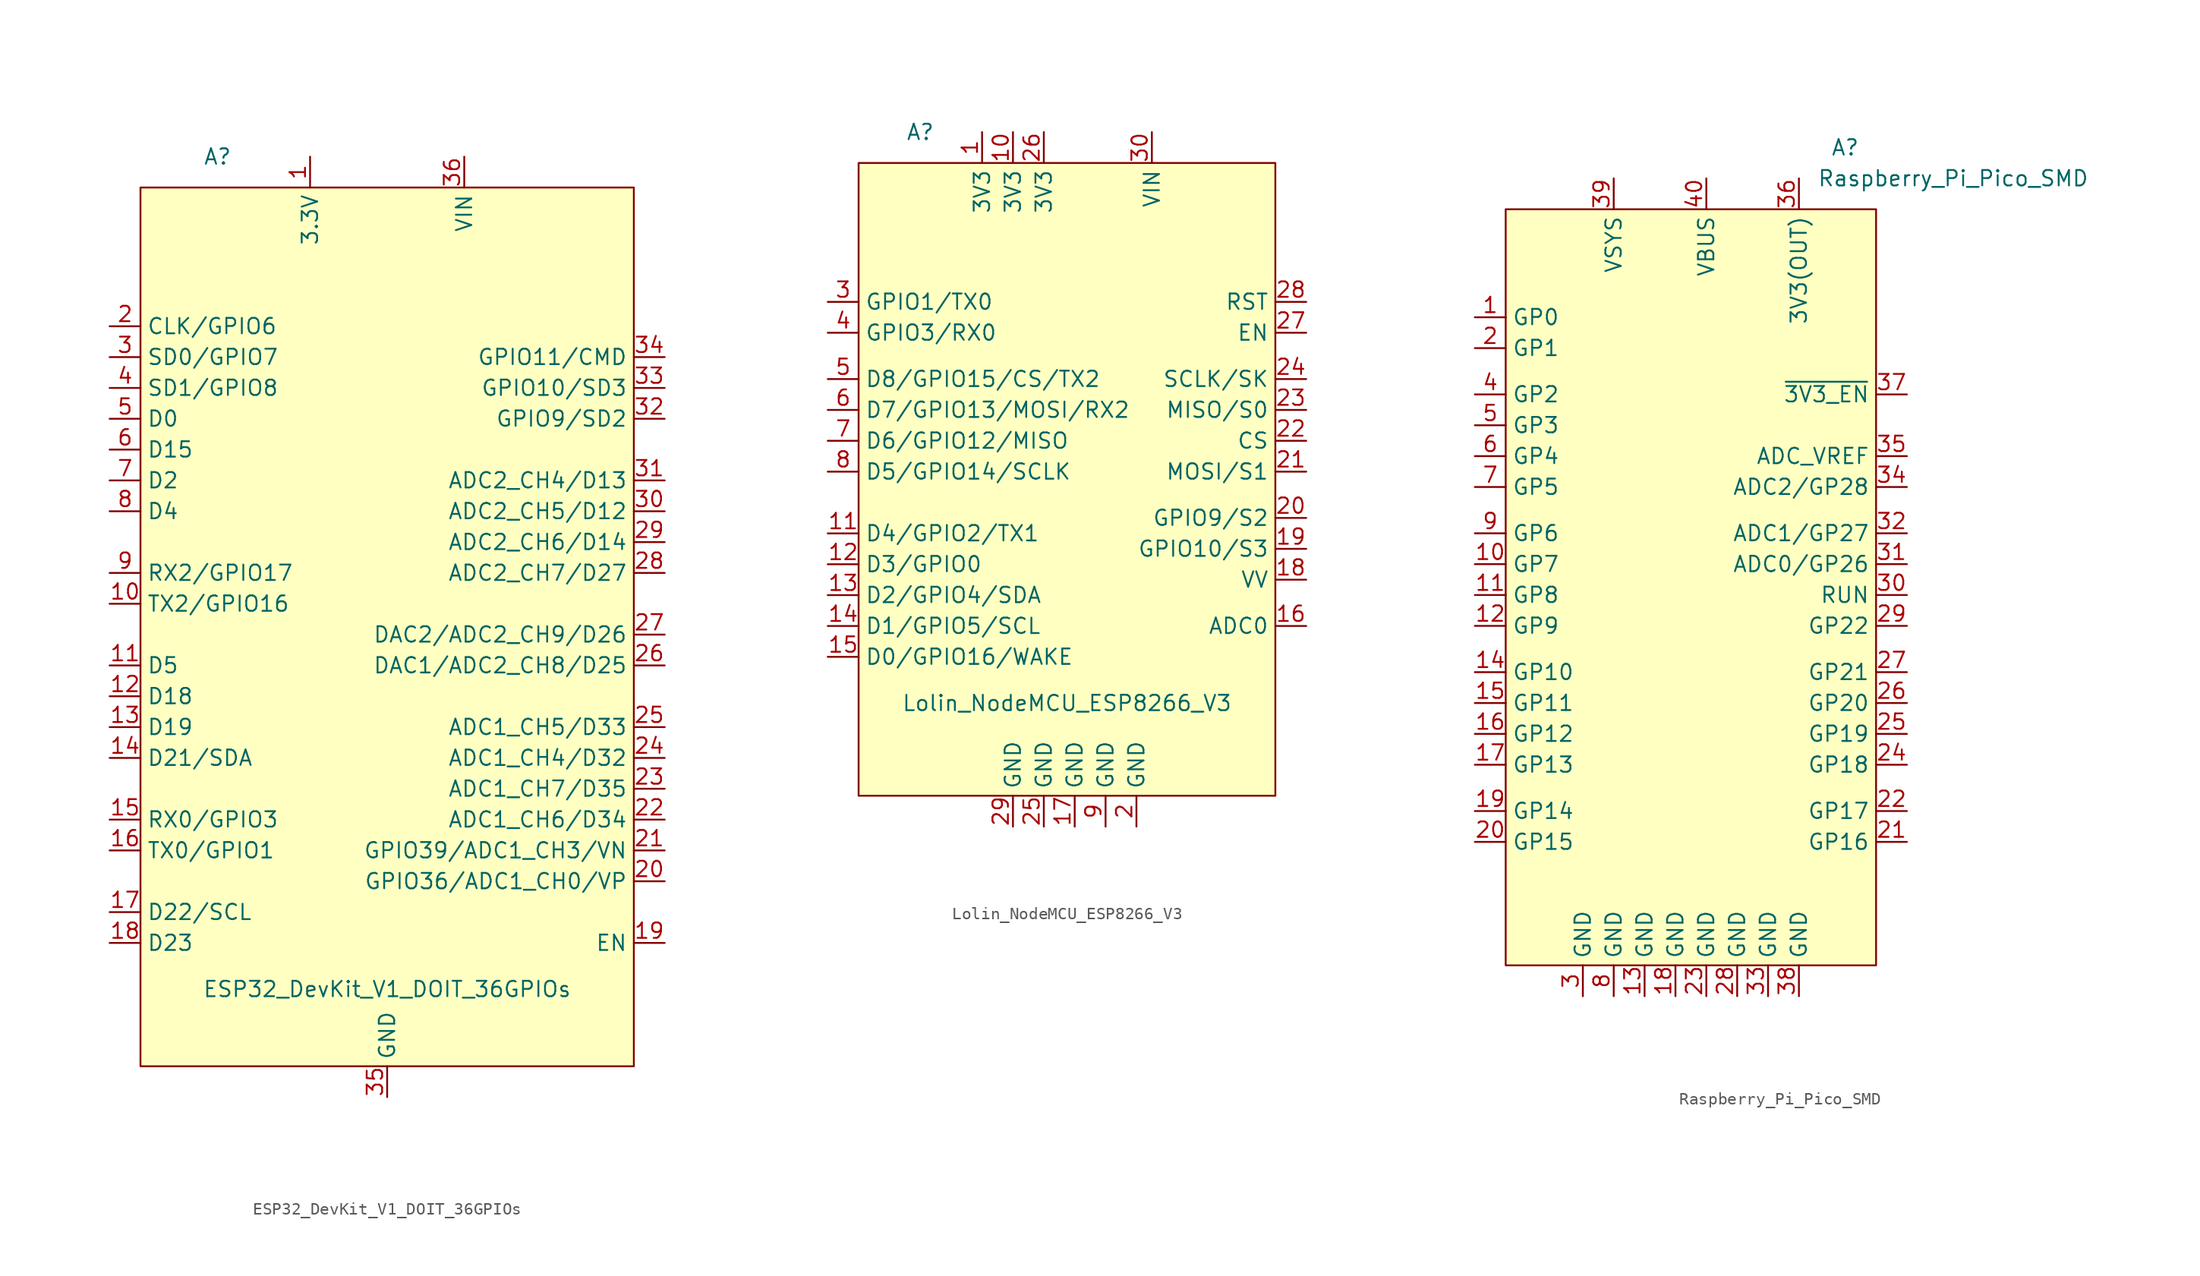
<source format=kicad_sym>
(kicad_symbol_lib
  (version 20211014)
  (generator kicad_symbol_editor)
  (symbol "ESP32_DevKit_V1_DOIT_36GPIOs"
    (property "Reference" "A"
      (at -13.97 36.83 0)
      (effects (font (size 1.27 1.27))))
    (property "Value" "ESP32_DevKit_V1_DOIT_36GPIOs"
      (at 0 -31.75 0)
      (effects (font (size 1.27 1.27))))
    (symbol "ESP32_DevKit_V1_DOIT_36GPIOs_0_1"
      (rectangle (start -20.32 34.29) (end 20.32 -38.1) (stroke (width 0) (type default) (color 0 0 0 0)) (fill (type background))))
    (symbol "ESP32_DevKit_V1_DOIT_36GPIOs_1_1"
      (pin power_in line (at -6.35 36.83 270) (length 2.54) (name "3.3V" (effects (font (size 1.27 1.27)))) (number "1" (effects (font (size 1.27 1.27)))))
      (pin bidirectional line (at -22.86 0 0) (length 2.54) (name "TX2/GPIO16" (effects (font (size 1.27 1.27)))) (number "10" (effects (font (size 1.27 1.27)))))
      (pin bidirectional line (at -22.86 -5.08 0) (length 2.54) (name "D5" (effects (font (size 1.27 1.27)))) (number "11" (effects (font (size 1.27 1.27)))))
      (pin bidirectional line (at -22.86 -7.62 0) (length 2.54) (name "D18" (effects (font (size 1.27 1.27)))) (number "12" (effects (font (size 1.27 1.27)))))
      (pin bidirectional line (at -22.86 -10.16 0) (length 2.54) (name "D19" (effects (font (size 1.27 1.27)))) (number "13" (effects (font (size 1.27 1.27)))))
      (pin bidirectional line (at -22.86 -12.7 0) (length 2.54) (name "D21/SDA" (effects (font (size 1.27 1.27)))) (number "14" (effects (font (size 1.27 1.27)))))
      (pin bidirectional line (at -22.86 -17.78 0) (length 2.54) (name "RX0/GPIO3" (effects (font (size 1.27 1.27)))) (number "15" (effects (font (size 1.27 1.27)))))
      (pin bidirectional line (at -22.86 -20.32 0) (length 2.54) (name "TX0/GPIO1" (effects (font (size 1.27 1.27)))) (number "16" (effects (font (size 1.27 1.27)))))
      (pin bidirectional line (at -22.86 -25.4 0) (length 2.54) (name "D22/SCL" (effects (font (size 1.27 1.27)))) (number "17" (effects (font (size 1.27 1.27)))))
      (pin bidirectional line (at -22.86 -27.94 0) (length 2.54) (name "D23" (effects (font (size 1.27 1.27)))) (number "18" (effects (font (size 1.27 1.27)))))
      (pin bidirectional line (at 22.86 -27.94 180) (length 2.54) (name "EN" (effects (font (size 1.27 1.27)))) (number "19" (effects (font (size 1.27 1.27)))))
      (pin bidirectional line (at -22.86 22.86 0) (length 2.54) (name "CLK/GPIO6" (effects (font (size 1.27 1.27)))) (number "2" (effects (font (size 1.27 1.27)))))
      (pin bidirectional line (at 22.86 -22.86 180) (length 2.54) (name "GPIO36/ADC1_CH0/VP" (effects (font (size 1.27 1.27)))) (number "20" (effects (font (size 1.27 1.27)))))
      (pin bidirectional line (at 22.86 -20.32 180) (length 2.54) (name "GPIO39/ADC1_CH3/VN" (effects (font (size 1.27 1.27)))) (number "21" (effects (font (size 1.27 1.27)))))
      (pin bidirectional line (at 22.86 -17.78 180) (length 2.54) (name "ADC1_CH6/D34" (effects (font (size 1.27 1.27)))) (number "22" (effects (font (size 1.27 1.27)))))
      (pin bidirectional line (at 22.86 -15.24 180) (length 2.54) (name "ADC1_CH7/D35" (effects (font (size 1.27 1.27)))) (number "23" (effects (font (size 1.27 1.27)))))
      (pin bidirectional line (at 22.86 -12.7 180) (length 2.54) (name "ADC1_CH4/D32" (effects (font (size 1.27 1.27)))) (number "24" (effects (font (size 1.27 1.27)))))
      (pin bidirectional line (at 22.86 -10.16 180) (length 2.54) (name "ADC1_CH5/D33" (effects (font (size 1.27 1.27)))) (number "25" (effects (font (size 1.27 1.27)))))
      (pin bidirectional line (at 22.86 -5.08 180) (length 2.54) (name "DAC1/ADC2_CH8/D25" (effects (font (size 1.27 1.27)))) (number "26" (effects (font (size 1.27 1.27)))))
      (pin bidirectional line (at 22.86 -2.54 180) (length 2.54) (name "DAC2/ADC2_CH9/D26" (effects (font (size 1.27 1.27)))) (number "27" (effects (font (size 1.27 1.27)))))
      (pin bidirectional line (at 22.86 2.54 180) (length 2.54) (name "ADC2_CH7/D27" (effects (font (size 1.27 1.27)))) (number "28" (effects (font (size 1.27 1.27)))))
      (pin bidirectional line (at 22.86 5.08 180) (length 2.54) (name "ADC2_CH6/D14" (effects (font (size 1.27 1.27)))) (number "29" (effects (font (size 1.27 1.27)))))
      (pin bidirectional line (at -22.86 20.32 0) (length 2.54) (name "SD0/GPIO7" (effects (font (size 1.27 1.27)))) (number "3" (effects (font (size 1.27 1.27)))))
      (pin bidirectional line (at 22.86 7.62 180) (length 2.54) (name "ADC2_CH5/D12" (effects (font (size 1.27 1.27)))) (number "30" (effects (font (size 1.27 1.27)))))
      (pin bidirectional line (at 22.86 10.16 180) (length 2.54) (name "ADC2_CH4/D13" (effects (font (size 1.27 1.27)))) (number "31" (effects (font (size 1.27 1.27)))))
      (pin bidirectional line (at 22.86 15.24 180) (length 2.54) (name "GPIO9/SD2" (effects (font (size 1.27 1.27)))) (number "32" (effects (font (size 1.27 1.27)))))
      (pin bidirectional line (at 22.86 17.78 180) (length 2.54) (name "GPIO10/SD3" (effects (font (size 1.27 1.27)))) (number "33" (effects (font (size 1.27 1.27)))))
      (pin bidirectional line (at 22.86 20.32 180) (length 2.54) (name "GPIO11/CMD" (effects (font (size 1.27 1.27)))) (number "34" (effects (font (size 1.27 1.27)))))
      (pin power_out line (at 0 -40.64 90) (length 2.54) (name "GND" (effects (font (size 1.27 1.27)))) (number "35" (effects (font (size 1.27 1.27)))))
      (pin power_in line (at 6.35 36.83 270) (length 2.54) (name "VIN" (effects (font (size 1.27 1.27)))) (number "36" (effects (font (size 1.27 1.27)))))
      (pin bidirectional line (at -22.86 17.78 0) (length 2.54) (name "SD1/GPIO8" (effects (font (size 1.27 1.27)))) (number "4" (effects (font (size 1.27 1.27)))))
      (pin bidirectional line (at -22.86 15.24 0) (length 2.54) (name "D0" (effects (font (size 1.27 1.27)))) (number "5" (effects (font (size 1.27 1.27)))))
      (pin bidirectional line (at -22.86 12.7 0) (length 2.54) (name "D15" (effects (font (size 1.27 1.27)))) (number "6" (effects (font (size 1.27 1.27)))))
      (pin bidirectional line (at -22.86 10.16 0) (length 2.54) (name "D2" (effects (font (size 1.27 1.27)))) (number "7" (effects (font (size 1.27 1.27)))))
      (pin bidirectional line (at -22.86 7.62 0) (length 2.54) (name "D4" (effects (font (size 1.27 1.27)))) (number "8" (effects (font (size 1.27 1.27)))))
      (pin bidirectional line (at -22.86 2.54 0) (length 2.54) (name "RX2/GPIO17" (effects (font (size 1.27 1.27)))) (number "9" (effects (font (size 1.27 1.27)))))))
  (symbol "Lolin_NodeMCU_ESP8266_V3"
    (property "Reference" "A"
      (at -12.7 27.94 0)
      (effects (font (size 1.27 1.27))))
    (property "Value" "Lolin_NodeMCU_ESP8266_V3"
      (at -0.635 -19.05 0)
      (effects (font (size 1.27 1.27))))
    (symbol "Lolin_NodeMCU_ESP8266_V3_0_1"
      (rectangle (start -17.78 25.4) (end 16.51 -26.67) (stroke (width 0) (type default) (color 0 0 0 0)) (fill (type background))))
    (symbol "Lolin_NodeMCU_ESP8266_V3_1_1"
      (pin power_in line (at -7.62 27.94 270) (length 2.54) (name "3V3" (effects (font (size 1.27 1.27)))) (number "1" (effects (font (size 1.27 1.27)))))
      (pin power_in line (at -5.08 27.94 270) (length 2.54) (name "3V3" (effects (font (size 1.27 1.27)))) (number "10" (effects (font (size 1.27 1.27)))))
      (pin bidirectional line (at -20.32 -5.08 0) (length 2.54) (name "D4/GPIO2/TX1" (effects (font (size 1.27 1.27)))) (number "11" (effects (font (size 1.27 1.27)))))
      (pin bidirectional line (at -20.32 -7.62 0) (length 2.54) (name "D3/GPIO0" (effects (font (size 1.27 1.27)))) (number "12" (effects (font (size 1.27 1.27)))))
      (pin bidirectional line (at -20.32 -10.16 0) (length 2.54) (name "D2/GPIO4/SDA" (effects (font (size 1.27 1.27)))) (number "13" (effects (font (size 1.27 1.27)))))
      (pin bidirectional line (at -20.32 -12.7 0) (length 2.54) (name "D1/GPIO5/SCL" (effects (font (size 1.27 1.27)))) (number "14" (effects (font (size 1.27 1.27)))))
      (pin bidirectional line (at -20.32 -15.24 0) (length 2.54) (name "D0/GPIO16/WAKE" (effects (font (size 1.27 1.27)))) (number "15" (effects (font (size 1.27 1.27)))))
      (pin bidirectional line (at 19.05 -12.7 180) (length 2.54) (name "ADC0" (effects (font (size 1.27 1.27)))) (number "16" (effects (font (size 1.27 1.27)))))
      (pin power_in line (at 0 -29.21 90) (length 2.54) (name "GND" (effects (font (size 1.27 1.27)))) (number "17" (effects (font (size 1.27 1.27)))))
      (pin bidirectional line (at 19.05 -8.89 180) (length 2.54) (name "VV" (effects (font (size 1.27 1.27)))) (number "18" (effects (font (size 1.27 1.27)))))
      (pin bidirectional line (at 19.05 -6.35 180) (length 2.54) (name "GPIO10/S3" (effects (font (size 1.27 1.27)))) (number "19" (effects (font (size 1.27 1.27)))))
      (pin power_in line (at 5.08 -29.21 90) (length 2.54) (name "GND" (effects (font (size 1.27 1.27)))) (number "2" (effects (font (size 1.27 1.27)))))
      (pin bidirectional line (at 19.05 -3.81 180) (length 2.54) (name "GPIO9/S2" (effects (font (size 1.27 1.27)))) (number "20" (effects (font (size 1.27 1.27)))))
      (pin bidirectional line (at 19.05 0 180) (length 2.54) (name "MOSI/S1" (effects (font (size 1.27 1.27)))) (number "21" (effects (font (size 1.27 1.27)))))
      (pin bidirectional line (at 19.05 2.54 180) (length 2.54) (name "CS" (effects (font (size 1.27 1.27)))) (number "22" (effects (font (size 1.27 1.27)))))
      (pin bidirectional line (at 19.05 5.08 180) (length 2.54) (name "MISO/S0" (effects (font (size 1.27 1.27)))) (number "23" (effects (font (size 1.27 1.27)))))
      (pin bidirectional line (at 19.05 7.62 180) (length 2.54) (name "SCLK/SK" (effects (font (size 1.27 1.27)))) (number "24" (effects (font (size 1.27 1.27)))))
      (pin power_in line (at -2.54 -29.21 90) (length 2.54) (name "GND" (effects (font (size 1.27 1.27)))) (number "25" (effects (font (size 1.27 1.27)))))
      (pin power_in line (at -2.54 27.94 270) (length 2.54) (name "3V3" (effects (font (size 1.27 1.27)))) (number "26" (effects (font (size 1.27 1.27)))))
      (pin bidirectional line (at 19.05 11.43 180) (length 2.54) (name "EN" (effects (font (size 1.27 1.27)))) (number "27" (effects (font (size 1.27 1.27)))))
      (pin bidirectional line (at 19.05 13.97 180) (length 2.54) (name "RST" (effects (font (size 1.27 1.27)))) (number "28" (effects (font (size 1.27 1.27)))))
      (pin power_in line (at -5.08 -29.21 90) (length 2.54) (name "GND" (effects (font (size 1.27 1.27)))) (number "29" (effects (font (size 1.27 1.27)))))
      (pin bidirectional line (at -20.32 13.97 0) (length 2.54) (name "GPIO1/TX0" (effects (font (size 1.27 1.27)))) (number "3" (effects (font (size 1.27 1.27)))))
      (pin power_in line (at 6.35 27.94 270) (length 2.54) (name "VIN" (effects (font (size 1.27 1.27)))) (number "30" (effects (font (size 1.27 1.27)))))
      (pin bidirectional line (at -20.32 11.43 0) (length 2.54) (name "GPIO3/RX0" (effects (font (size 1.27 1.27)))) (number "4" (effects (font (size 1.27 1.27)))))
      (pin bidirectional line (at -20.32 7.62 0) (length 2.54) (name "D8/GPIO15/CS/TX2" (effects (font (size 1.27 1.27)))) (number "5" (effects (font (size 1.27 1.27)))))
      (pin bidirectional line (at -20.32 5.08 0) (length 2.54) (name "D7/GPIO13/MOSI/RX2" (effects (font (size 1.27 1.27)))) (number "6" (effects (font (size 1.27 1.27)))))
      (pin bidirectional line (at -20.32 2.54 0) (length 2.54) (name "D6/GPIO12/MISO" (effects (font (size 1.27 1.27)))) (number "7" (effects (font (size 1.27 1.27)))))
      (pin bidirectional line (at -20.32 0 0) (length 2.54) (name "D5/GPIO14/SCLK" (effects (font (size 1.27 1.27)))) (number "8" (effects (font (size 1.27 1.27)))))
      (pin power_in line (at 2.54 -29.21 90) (length 2.54) (name "GND" (effects (font (size 1.27 1.27)))) (number "9" (effects (font (size 1.27 1.27)))))))
  (symbol "Raspberry_Pi_Pico_SMD"
    (property "Reference" "A"
      (at 12.7 34.29 0)
      (effects (font (size 1.27 1.27))))
    (property "Value" "Raspberry_Pi_Pico_SMD"
      (at 21.59 31.75 0)
      (effects (font (size 1.27 1.27))))
    (symbol "Raspberry_Pi_Pico_SMD_0_1"
      (rectangle (start -15.24 29.21) (end 15.24 -33.02) (stroke (width 0) (type default) (color 0 0 0 0)) (fill (type background))))
    (symbol "Raspberry_Pi_Pico_SMD_1_1"
      (pin bidirectional line (at -17.78 20.32 0) (length 2.54) (name "GP0" (effects (font (size 1.27 1.27)))) (number "1" (effects (font (size 1.27 1.27)))))
      (pin bidirectional line (at -17.78 0 0) (length 2.54) (name "GP7" (effects (font (size 1.27 1.27)))) (number "10" (effects (font (size 1.27 1.27)))))
      (pin bidirectional line (at -17.78 -2.54 0) (length 2.54) (name "GP8" (effects (font (size 1.27 1.27)))) (number "11" (effects (font (size 1.27 1.27)))))
      (pin bidirectional line (at -17.78 -5.08 0) (length 2.54) (name "GP9" (effects (font (size 1.27 1.27)))) (number "12" (effects (font (size 1.27 1.27)))))
      (pin power_in line (at -3.81 -35.56 90) (length 2.54) (name "GND" (effects (font (size 1.27 1.27)))) (number "13" (effects (font (size 1.27 1.27)))))
      (pin bidirectional line (at -17.78 -8.89 0) (length 2.54) (name "GP10" (effects (font (size 1.27 1.27)))) (number "14" (effects (font (size 1.27 1.27)))))
      (pin bidirectional line (at -17.78 -11.43 0) (length 2.54) (name "GP11" (effects (font (size 1.27 1.27)))) (number "15" (effects (font (size 1.27 1.27)))))
      (pin bidirectional line (at -17.78 -13.97 0) (length 2.54) (name "GP12" (effects (font (size 1.27 1.27)))) (number "16" (effects (font (size 1.27 1.27)))))
      (pin bidirectional line (at -17.78 -16.51 0) (length 2.54) (name "GP13" (effects (font (size 1.27 1.27)))) (number "17" (effects (font (size 1.27 1.27)))))
      (pin power_in line (at -1.27 -35.56 90) (length 2.54) (name "GND" (effects (font (size 1.27 1.27)))) (number "18" (effects (font (size 1.27 1.27)))))
      (pin bidirectional line (at -17.78 -20.32 0) (length 2.54) (name "GP14" (effects (font (size 1.27 1.27)))) (number "19" (effects (font (size 1.27 1.27)))))
      (pin bidirectional line (at -17.78 17.78 0) (length 2.54) (name "GP1" (effects (font (size 1.27 1.27)))) (number "2" (effects (font (size 1.27 1.27)))))
      (pin bidirectional line (at -17.78 -22.86 0) (length 2.54) (name "GP15" (effects (font (size 1.27 1.27)))) (number "20" (effects (font (size 1.27 1.27)))))
      (pin bidirectional line (at 17.78 -22.86 180) (length 2.54) (name "GP16" (effects (font (size 1.27 1.27)))) (number "21" (effects (font (size 1.27 1.27)))))
      (pin bidirectional line (at 17.78 -20.32 180) (length 2.54) (name "GP17" (effects (font (size 1.27 1.27)))) (number "22" (effects (font (size 1.27 1.27)))))
      (pin power_in line (at 1.27 -35.56 90) (length 2.54) (name "GND" (effects (font (size 1.27 1.27)))) (number "23" (effects (font (size 1.27 1.27)))))
      (pin bidirectional line (at 17.78 -16.51 180) (length 2.54) (name "GP18" (effects (font (size 1.27 1.27)))) (number "24" (effects (font (size 1.27 1.27)))))
      (pin bidirectional line (at 17.78 -13.97 180) (length 2.54) (name "GP19" (effects (font (size 1.27 1.27)))) (number "25" (effects (font (size 1.27 1.27)))))
      (pin bidirectional line (at 17.78 -11.43 180) (length 2.54) (name "GP20" (effects (font (size 1.27 1.27)))) (number "26" (effects (font (size 1.27 1.27)))))
      (pin bidirectional line (at 17.78 -8.89 180) (length 2.54) (name "GP21" (effects (font (size 1.27 1.27)))) (number "27" (effects (font (size 1.27 1.27)))))
      (pin power_in line (at 3.81 -35.56 90) (length 2.54) (name "GND" (effects (font (size 1.27 1.27)))) (number "28" (effects (font (size 1.27 1.27)))))
      (pin bidirectional line (at 17.78 -5.08 180) (length 2.54) (name "GP22" (effects (font (size 1.27 1.27)))) (number "29" (effects (font (size 1.27 1.27)))))
      (pin power_in line (at -8.89 -35.56 90) (length 2.54) (name "GND" (effects (font (size 1.27 1.27)))) (number "3" (effects (font (size 1.27 1.27)))))
      (pin bidirectional line (at 17.78 -2.54 180) (length 2.54) (name "RUN" (effects (font (size 1.27 1.27)))) (number "30" (effects (font (size 1.27 1.27)))))
      (pin bidirectional line (at 17.78 0 180) (length 2.54) (name "ADC0/GP26" (effects (font (size 1.27 1.27)))) (number "31" (effects (font (size 1.27 1.27)))))
      (pin bidirectional line (at 17.78 2.54 180) (length 2.54) (name "ADC1/GP27" (effects (font (size 1.27 1.27)))) (number "32" (effects (font (size 1.27 1.27)))))
      (pin power_in line (at 6.35 -35.56 90) (length 2.54) (name "GND" (effects (font (size 1.27 1.27)))) (number "33" (effects (font (size 1.27 1.27)))))
      (pin bidirectional line (at 17.78 6.35 180) (length 2.54) (name "ADC2/GP28" (effects (font (size 1.27 1.27)))) (number "34" (effects (font (size 1.27 1.27)))))
      (pin bidirectional line (at 17.78 8.89 180) (length 2.54) (name "ADC_VREF" (effects (font (size 1.27 1.27)))) (number "35" (effects (font (size 1.27 1.27)))))
      (pin power_in line (at 8.89 31.75 270) (length 2.54) (name "3V3(OUT)" (effects (font (size 1.27 1.27)))) (number "36" (effects (font (size 1.27 1.27)))))
      (pin bidirectional line (at 17.78 13.97 180) (length 2.54) (name "~{3V3_EN}" (effects (font (size 1.27 1.27)))) (number "37" (effects (font (size 1.27 1.27)))))
      (pin power_in line (at 8.89 -35.56 90) (length 2.54) (name "GND" (effects (font (size 1.27 1.27)))) (number "38" (effects (font (size 1.27 1.27)))))
      (pin power_in line (at -6.35 31.75 270) (length 2.54) (name "VSYS" (effects (font (size 1.27 1.27)))) (number "39" (effects (font (size 1.27 1.27)))))
      (pin bidirectional line (at -17.78 13.97 0) (length 2.54) (name "GP2" (effects (font (size 1.27 1.27)))) (number "4" (effects (font (size 1.27 1.27)))))
      (pin power_in line (at 1.27 31.75 270) (length 2.54) (name "VBUS" (effects (font (size 1.27 1.27)))) (number "40" (effects (font (size 1.27 1.27)))))
      (pin bidirectional line (at -17.78 11.43 0) (length 2.54) (name "GP3" (effects (font (size 1.27 1.27)))) (number "5" (effects (font (size 1.27 1.27)))))
      (pin bidirectional line (at -17.78 8.89 0) (length 2.54) (name "GP4" (effects (font (size 1.27 1.27)))) (number "6" (effects (font (size 1.27 1.27)))))
      (pin bidirectional line (at -17.78 6.35 0) (length 2.54) (name "GP5" (effects (font (size 1.27 1.27)))) (number "7" (effects (font (size 1.27 1.27)))))
      (pin power_in line (at -6.35 -35.56 90) (length 2.54) (name "GND" (effects (font (size 1.27 1.27)))) (number "8" (effects (font (size 1.27 1.27)))))
      (pin bidirectional line (at -17.78 2.54 0) (length 2.54) (name "GP6" (effects (font (size 1.27 1.27)))) (number "9" (effects (font (size 1.27 1.27))))))))
</source>
